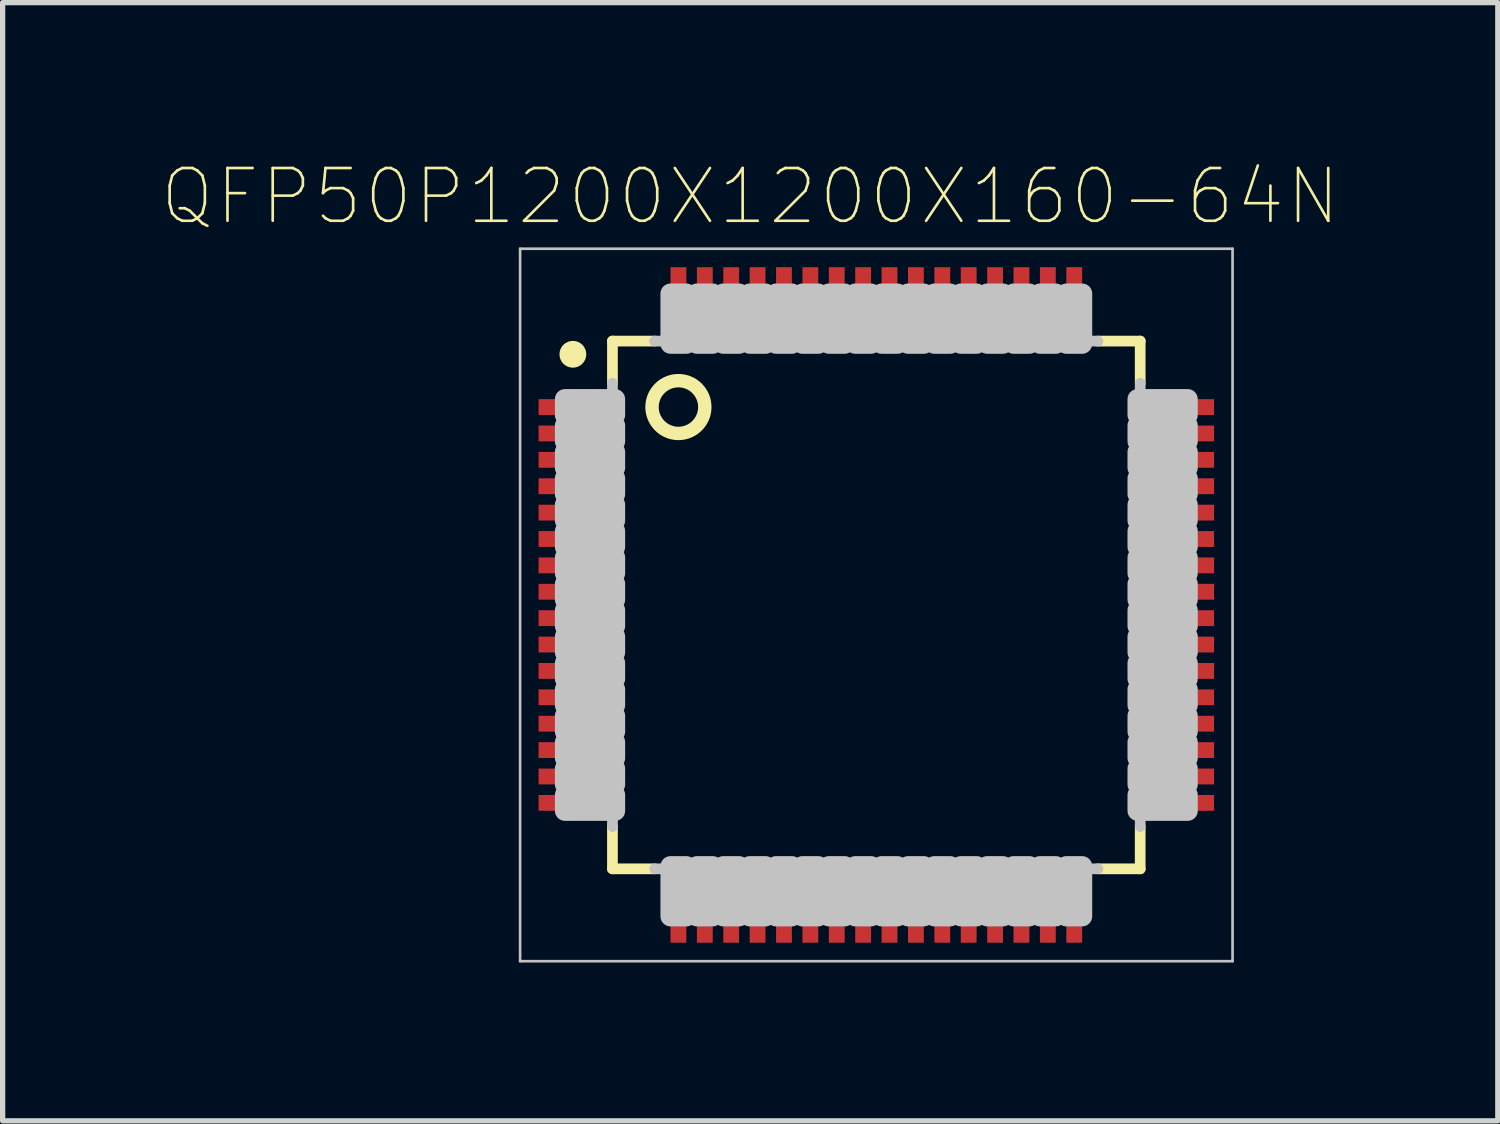
<source format=kicad_pcb>
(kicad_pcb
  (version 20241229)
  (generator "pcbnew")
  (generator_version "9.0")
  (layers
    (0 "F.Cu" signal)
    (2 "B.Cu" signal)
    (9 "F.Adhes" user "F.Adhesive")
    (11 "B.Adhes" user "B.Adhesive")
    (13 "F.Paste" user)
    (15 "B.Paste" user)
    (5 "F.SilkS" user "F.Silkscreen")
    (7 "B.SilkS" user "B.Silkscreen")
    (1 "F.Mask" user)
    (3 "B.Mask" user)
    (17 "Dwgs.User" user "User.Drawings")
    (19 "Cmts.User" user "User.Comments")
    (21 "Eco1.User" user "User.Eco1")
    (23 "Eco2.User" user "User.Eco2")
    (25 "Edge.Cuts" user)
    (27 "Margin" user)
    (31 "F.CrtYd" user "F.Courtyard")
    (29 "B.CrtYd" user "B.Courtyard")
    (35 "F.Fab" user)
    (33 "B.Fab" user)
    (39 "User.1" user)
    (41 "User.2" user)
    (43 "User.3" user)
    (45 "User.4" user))
  (footprint "QFP50P1200X1200X160-64N"
    (layer "F.Cu")
    (at 13.555 8.413)
    (property "Reference" "QFP50P1200X1200X160-64N" (at -2.39 -7.74 0) (layer "F.SilkS") (effects (font (size 1 1) (thickness 0.05))))
    (attr smd)
    (fp_line (start -5 -5) (end -4.2 -5) (stroke (width 0.203) (type solid)) (layer "F.SilkS"))
    (fp_line (start -5 -4.2) (end -5 -5) (stroke (width 0.203) (type solid)) (layer "F.SilkS"))
    (fp_line (start -5 5) (end -5 4.2) (stroke (width 0.203) (type solid)) (layer "F.SilkS"))
    (fp_line (start -4.2 5) (end -5 5) (stroke (width 0.203) (type solid)) (layer "F.SilkS"))
    (fp_line (start 4.2 -5) (end 5 -5) (stroke (width 0.203) (type solid)) (layer "F.SilkS"))
    (fp_line (start 5 -5) (end 5 -4.2) (stroke (width 0.203) (type solid)) (layer "F.SilkS"))
    (fp_line (start 5 4.2) (end 5 5) (stroke (width 0.203) (type solid)) (layer "F.SilkS"))
    (fp_line (start 5 5) (end 4.2 5) (stroke (width 0.203) (type solid)) (layer "F.SilkS"))
    (fp_circle (center -5.75 -4.75) (end -5.496 -4.75) (stroke (width 0) (type solid)) (fill yes) (layer "F.SilkS"))
    (fp_circle (center -3.75 -3.75) (end -3.25 -3.75) (stroke (width 0.254) (type solid)) (fill no) (layer "F.SilkS"))
    (fp_line (start -6.75 -6.75) (end 6.75 -6.75) (stroke (width 0.05) (type solid)) (layer "Dwgs.User"))
    (fp_line (start -6.75 6.75) (end -6.75 -6.75) (stroke (width 0.05) (type solid)) (layer "Dwgs.User"))
    (fp_line (start -5 -4.2) (end -5 4.2) (stroke (width 0.203) (type solid)) (layer "Dwgs.User"))
    (fp_line (start -4.2 5) (end 4.2 5) (stroke (width 0.203) (type solid)) (layer "Dwgs.User"))
    (fp_line (start 4.2 -5) (end -4.2 -5) (stroke (width 0.203) (type solid)) (layer "Dwgs.User"))
    (fp_line (start 5 4.2) (end 5 -4.2) (stroke (width 0.203) (type solid)) (layer "Dwgs.User"))
    (fp_line (start 6.75 -6.75) (end 6.75 6.75) (stroke (width 0.05) (type solid)) (layer "Dwgs.User"))
    (fp_line (start 6.75 6.75) (end -6.75 6.75) (stroke (width 0.05) (type solid)) (layer "Dwgs.User"))
    (fp_poly (pts (xy -4.95 -3.9) (xy -4.95 -3.6) (xy -5.9 -3.6) (xy -5.9 -3.9)) (stroke (width 0.381) (type solid)) (fill no) (layer "Dwgs.User"))
    (fp_poly (pts (xy -4.95 -3.4) (xy -4.95 -3.1) (xy -5.9 -3.1) (xy -5.9 -3.4)) (stroke (width 0.381) (type solid)) (fill no) (layer "Dwgs.User"))
    (fp_poly (pts (xy -4.95 -2.9) (xy -4.95 -2.6) (xy -5.9 -2.6) (xy -5.9 -2.9)) (stroke (width 0.381) (type solid)) (fill no) (layer "Dwgs.User"))
    (fp_poly (pts (xy -4.95 -2.4) (xy -4.95 -2.1) (xy -5.9 -2.1) (xy -5.9 -2.4)) (stroke (width 0.381) (type solid)) (fill no) (layer "Dwgs.User"))
    (fp_poly (pts (xy -4.95 -1.9) (xy -4.95 -1.6) (xy -5.9 -1.6) (xy -5.9 -1.9)) (stroke (width 0.381) (type solid)) (fill no) (layer "Dwgs.User"))
    (fp_poly (pts (xy -4.95 -1.4) (xy -4.95 -1.1) (xy -5.9 -1.1) (xy -5.9 -1.4)) (stroke (width 0.381) (type solid)) (fill no) (layer "Dwgs.User"))
    (fp_poly (pts (xy -4.95 -0.9) (xy -4.95 -0.6) (xy -5.9 -0.6) (xy -5.9 -0.9)) (stroke (width 0.381) (type solid)) (fill no) (layer "Dwgs.User"))
    (fp_poly (pts (xy -4.95 -0.4) (xy -4.95 -0.1) (xy -5.9 -0.1) (xy -5.9 -0.4)) (stroke (width 0.381) (type solid)) (fill no) (layer "Dwgs.User"))
    (fp_poly (pts (xy -4.95 0.1) (xy -4.95 0.4) (xy -5.9 0.4) (xy -5.9 0.1)) (stroke (width 0.381) (type solid)) (fill no) (layer "Dwgs.User"))
    (fp_poly (pts (xy -4.95 0.6) (xy -4.95 0.9) (xy -5.9 0.9) (xy -5.9 0.6)) (stroke (width 0.381) (type solid)) (fill no) (layer "Dwgs.User"))
    (fp_poly (pts (xy -4.95 1.1) (xy -4.95 1.4) (xy -5.9 1.4) (xy -5.9 1.1)) (stroke (width 0.381) (type solid)) (fill no) (layer "Dwgs.User"))
    (fp_poly (pts (xy -4.95 1.6) (xy -4.95 1.9) (xy -5.9 1.9) (xy -5.9 1.6)) (stroke (width 0.381) (type solid)) (fill no) (layer "Dwgs.User"))
    (fp_poly (pts (xy -4.95 2.1) (xy -4.95 2.4) (xy -5.9 2.4) (xy -5.9 2.1)) (stroke (width 0.381) (type solid)) (fill no) (layer "Dwgs.User"))
    (fp_poly (pts (xy -4.95 2.6) (xy -4.95 2.9) (xy -5.9 2.9) (xy -5.9 2.6)) (stroke (width 0.381) (type solid)) (fill no) (layer "Dwgs.User"))
    (fp_poly (pts (xy -4.95 3.1) (xy -4.95 3.4) (xy -5.9 3.4) (xy -5.9 3.1)) (stroke (width 0.381) (type solid)) (fill no) (layer "Dwgs.User"))
    (fp_poly (pts (xy -4.95 3.6) (xy -4.95 3.9) (xy -5.9 3.9) (xy -5.9 3.6)) (stroke (width 0.381) (type solid)) (fill no) (layer "Dwgs.User"))
    (fp_poly (pts (xy -3.6 -5.9) (xy -3.6 -4.95) (xy -3.9 -4.95) (xy -3.9 -5.9)) (stroke (width 0.381) (type solid)) (fill no) (layer "Dwgs.User"))
    (fp_poly (pts (xy -3.6 4.95) (xy -3.6 5.9) (xy -3.9 5.9) (xy -3.9 4.95)) (stroke (width 0.381) (type solid)) (fill no) (layer "Dwgs.User"))
    (fp_poly (pts (xy -3.1 -5.9) (xy -3.1 -4.95) (xy -3.4 -4.95) (xy -3.4 -5.9)) (stroke (width 0.381) (type solid)) (fill no) (layer "Dwgs.User"))
    (fp_poly (pts (xy -3.1 4.95) (xy -3.1 5.9) (xy -3.4 5.9) (xy -3.4 4.95)) (stroke (width 0.381) (type solid)) (fill no) (layer "Dwgs.User"))
    (fp_poly (pts (xy -2.6 -5.9) (xy -2.6 -4.95) (xy -2.9 -4.95) (xy -2.9 -5.9)) (stroke (width 0.381) (type solid)) (fill no) (layer "Dwgs.User"))
    (fp_poly (pts (xy -2.6 4.95) (xy -2.6 5.9) (xy -2.9 5.9) (xy -2.9 4.95)) (stroke (width 0.381) (type solid)) (fill no) (layer "Dwgs.User"))
    (fp_poly (pts (xy -2.1 -5.9) (xy -2.1 -4.95) (xy -2.4 -4.95) (xy -2.4 -5.9)) (stroke (width 0.381) (type solid)) (fill no) (layer "Dwgs.User"))
    (fp_poly (pts (xy -2.1 4.95) (xy -2.1 5.9) (xy -2.4 5.9) (xy -2.4 4.95)) (stroke (width 0.381) (type solid)) (fill no) (layer "Dwgs.User"))
    (fp_poly (pts (xy -1.6 -5.9) (xy -1.6 -4.95) (xy -1.9 -4.95) (xy -1.9 -5.9)) (stroke (width 0.381) (type solid)) (fill no) (layer "Dwgs.User"))
    (fp_poly (pts (xy -1.6 4.95) (xy -1.6 5.9) (xy -1.9 5.9) (xy -1.9 4.95)) (stroke (width 0.381) (type solid)) (fill no) (layer "Dwgs.User"))
    (fp_poly (pts (xy -1.1 -5.9) (xy -1.1 -4.95) (xy -1.4 -4.95) (xy -1.4 -5.9)) (stroke (width 0.381) (type solid)) (fill no) (layer "Dwgs.User"))
    (fp_poly (pts (xy -1.1 4.95) (xy -1.1 5.9) (xy -1.4 5.9) (xy -1.4 4.95)) (stroke (width 0.381) (type solid)) (fill no) (layer "Dwgs.User"))
    (fp_poly (pts (xy -0.6 -5.9) (xy -0.6 -4.95) (xy -0.9 -4.95) (xy -0.9 -5.9)) (stroke (width 0.381) (type solid)) (fill no) (layer "Dwgs.User"))
    (fp_poly (pts (xy -0.6 4.95) (xy -0.6 5.9) (xy -0.9 5.9) (xy -0.9 4.95)) (stroke (width 0.381) (type solid)) (fill no) (layer "Dwgs.User"))
    (fp_poly (pts (xy -0.1 -5.9) (xy -0.1 -4.95) (xy -0.4 -4.95) (xy -0.4 -5.9)) (stroke (width 0.381) (type solid)) (fill no) (layer "Dwgs.User"))
    (fp_poly (pts (xy -0.1 4.95) (xy -0.1 5.9) (xy -0.4 5.9) (xy -0.4 4.95)) (stroke (width 0.381) (type solid)) (fill no) (layer "Dwgs.User"))
    (fp_poly (pts (xy 0.4 -5.9) (xy 0.4 -4.95) (xy 0.1 -4.95) (xy 0.1 -5.9)) (stroke (width 0.381) (type solid)) (fill no) (layer "Dwgs.User"))
    (fp_poly (pts (xy 0.4 4.95) (xy 0.4 5.9) (xy 0.1 5.9) (xy 0.1 4.95)) (stroke (width 0.381) (type solid)) (fill no) (layer "Dwgs.User"))
    (fp_poly (pts (xy 0.9 -5.9) (xy 0.9 -4.95) (xy 0.6 -4.95) (xy 0.6 -5.9)) (stroke (width 0.381) (type solid)) (fill no) (layer "Dwgs.User"))
    (fp_poly (pts (xy 0.9 4.95) (xy 0.9 5.9) (xy 0.6 5.9) (xy 0.6 4.95)) (stroke (width 0.381) (type solid)) (fill no) (layer "Dwgs.User"))
    (fp_poly (pts (xy 1.4 -5.9) (xy 1.4 -4.95) (xy 1.1 -4.95) (xy 1.1 -5.9)) (stroke (width 0.381) (type solid)) (fill no) (layer "Dwgs.User"))
    (fp_poly (pts (xy 1.4 4.95) (xy 1.4 5.9) (xy 1.1 5.9) (xy 1.1 4.95)) (stroke (width 0.381) (type solid)) (fill no) (layer "Dwgs.User"))
    (fp_poly (pts (xy 1.9 -5.9) (xy 1.9 -4.95) (xy 1.6 -4.95) (xy 1.6 -5.9)) (stroke (width 0.381) (type solid)) (fill no) (layer "Dwgs.User"))
    (fp_poly (pts (xy 1.9 4.95) (xy 1.9 5.9) (xy 1.6 5.9) (xy 1.6 4.95)) (stroke (width 0.381) (type solid)) (fill no) (layer "Dwgs.User"))
    (fp_poly (pts (xy 2.4 -5.9) (xy 2.4 -4.95) (xy 2.1 -4.95) (xy 2.1 -5.9)) (stroke (width 0.381) (type solid)) (fill no) (layer "Dwgs.User"))
    (fp_poly (pts (xy 2.4 4.95) (xy 2.4 5.9) (xy 2.1 5.9) (xy 2.1 4.95)) (stroke (width 0.381) (type solid)) (fill no) (layer "Dwgs.User"))
    (fp_poly (pts (xy 2.9 -5.9) (xy 2.9 -4.95) (xy 2.6 -4.95) (xy 2.6 -5.9)) (stroke (width 0.381) (type solid)) (fill no) (layer "Dwgs.User"))
    (fp_poly (pts (xy 2.9 4.95) (xy 2.9 5.9) (xy 2.6 5.9) (xy 2.6 4.95)) (stroke (width 0.381) (type solid)) (fill no) (layer "Dwgs.User"))
    (fp_poly (pts (xy 3.4 -5.9) (xy 3.4 -4.95) (xy 3.1 -4.95) (xy 3.1 -5.9)) (stroke (width 0.381) (type solid)) (fill no) (layer "Dwgs.User"))
    (fp_poly (pts (xy 3.4 4.95) (xy 3.4 5.9) (xy 3.1 5.9) (xy 3.1 4.95)) (stroke (width 0.381) (type solid)) (fill no) (layer "Dwgs.User"))
    (fp_poly (pts (xy 3.9 -5.9) (xy 3.9 -4.95) (xy 3.6 -4.95) (xy 3.6 -5.9)) (stroke (width 0.381) (type solid)) (fill no) (layer "Dwgs.User"))
    (fp_poly (pts (xy 3.9 4.95) (xy 3.9 5.9) (xy 3.6 5.9) (xy 3.6 4.95)) (stroke (width 0.381) (type solid)) (fill no) (layer "Dwgs.User"))
    (fp_poly (pts (xy 5.9 -3.9) (xy 5.9 -3.6) (xy 4.95 -3.6) (xy 4.95 -3.9)) (stroke (width 0.381) (type solid)) (fill no) (layer "Dwgs.User"))
    (fp_poly (pts (xy 5.9 -3.4) (xy 5.9 -3.1) (xy 4.95 -3.1) (xy 4.95 -3.4)) (stroke (width 0.381) (type solid)) (fill no) (layer "Dwgs.User"))
    (fp_poly (pts (xy 5.9 -2.9) (xy 5.9 -2.6) (xy 4.95 -2.6) (xy 4.95 -2.9)) (stroke (width 0.381) (type solid)) (fill no) (layer "Dwgs.User"))
    (fp_poly (pts (xy 5.9 -2.4) (xy 5.9 -2.1) (xy 4.95 -2.1) (xy 4.95 -2.4)) (stroke (width 0.381) (type solid)) (fill no) (layer "Dwgs.User"))
    (fp_poly (pts (xy 5.9 -1.9) (xy 5.9 -1.6) (xy 4.95 -1.6) (xy 4.95 -1.9)) (stroke (width 0.381) (type solid)) (fill no) (layer "Dwgs.User"))
    (fp_poly (pts (xy 5.9 -1.4) (xy 5.9 -1.1) (xy 4.95 -1.1) (xy 4.95 -1.4)) (stroke (width 0.381) (type solid)) (fill no) (layer "Dwgs.User"))
    (fp_poly (pts (xy 5.9 -0.9) (xy 5.9 -0.6) (xy 4.95 -0.6) (xy 4.95 -0.9)) (stroke (width 0.381) (type solid)) (fill no) (layer "Dwgs.User"))
    (fp_poly (pts (xy 5.9 -0.4) (xy 5.9 -0.1) (xy 4.95 -0.1) (xy 4.95 -0.4)) (stroke (width 0.381) (type solid)) (fill no) (layer "Dwgs.User"))
    (fp_poly (pts (xy 5.9 0.1) (xy 5.9 0.4) (xy 4.95 0.4) (xy 4.95 0.1)) (stroke (width 0.381) (type solid)) (fill no) (layer "Dwgs.User"))
    (fp_poly (pts (xy 5.9 0.6) (xy 5.9 0.9) (xy 4.95 0.9) (xy 4.95 0.6)) (stroke (width 0.381) (type solid)) (fill no) (layer "Dwgs.User"))
    (fp_poly (pts (xy 5.9 1.1) (xy 5.9 1.4) (xy 4.95 1.4) (xy 4.95 1.1)) (stroke (width 0.381) (type solid)) (fill no) (layer "Dwgs.User"))
    (fp_poly (pts (xy 5.9 1.6) (xy 5.9 1.9) (xy 4.95 1.9) (xy 4.95 1.6)) (stroke (width 0.381) (type solid)) (fill no) (layer "Dwgs.User"))
    (fp_poly (pts (xy 5.9 2.1) (xy 5.9 2.4) (xy 4.95 2.4) (xy 4.95 2.1)) (stroke (width 0.381) (type solid)) (fill no) (layer "Dwgs.User"))
    (fp_poly (pts (xy 5.9 2.6) (xy 5.9 2.9) (xy 4.95 2.9) (xy 4.95 2.6)) (stroke (width 0.381) (type solid)) (fill no) (layer "Dwgs.User"))
    (fp_poly (pts (xy 5.9 3.1) (xy 5.9 3.4) (xy 4.95 3.4) (xy 4.95 3.1)) (stroke (width 0.381) (type solid)) (fill no) (layer "Dwgs.User"))
    (fp_poly (pts (xy 5.9 3.6) (xy 5.9 3.9) (xy 4.95 3.9) (xy 4.95 3.6)) (stroke (width 0.381) (type solid)) (fill no) (layer "Dwgs.User"))
    (pad "1" smd rect (at -5.6 -3.75 270) (size 0.3 1.6) (layers "F.Cu" "F.Mask" "F.Paste"))
    (pad "2" smd rect (at -5.6 -3.25 270) (size 0.3 1.6) (layers "F.Cu" "F.Mask" "F.Paste"))
    (pad "3" smd rect (at -5.6 -2.75 270) (size 0.3 1.6) (layers "F.Cu" "F.Mask" "F.Paste"))
    (pad "4" smd rect (at -5.6 -2.25 270) (size 0.3 1.6) (layers "F.Cu" "F.Mask" "F.Paste"))
    (pad "5" smd rect (at -5.6 -1.75 270) (size 0.3 1.6) (layers "F.Cu" "F.Mask" "F.Paste"))
    (pad "6" smd rect (at -5.6 -1.25 270) (size 0.3 1.6) (layers "F.Cu" "F.Mask" "F.Paste"))
    (pad "7" smd rect (at -5.6 -0.75 270) (size 0.3 1.6) (layers "F.Cu" "F.Mask" "F.Paste"))
    (pad "8" smd rect (at -5.6 -0.25 270) (size 0.3 1.6) (layers "F.Cu" "F.Mask" "F.Paste"))
    (pad "9" smd rect (at -5.6 0.25 270) (size 0.3 1.6) (layers "F.Cu" "F.Mask" "F.Paste"))
    (pad "10" smd rect (at -5.6 0.75 270) (size 0.3 1.6) (layers "F.Cu" "F.Mask" "F.Paste"))
    (pad "11" smd rect (at -5.6 1.25 270) (size 0.3 1.6) (layers "F.Cu" "F.Mask" "F.Paste"))
    (pad "12" smd rect (at -5.6 1.75 270) (size 0.3 1.6) (layers "F.Cu" "F.Mask" "F.Paste"))
    (pad "13" smd rect (at -5.6 2.25 270) (size 0.3 1.6) (layers "F.Cu" "F.Mask" "F.Paste"))
    (pad "14" smd rect (at -5.6 2.75 270) (size 0.3 1.6) (layers "F.Cu" "F.Mask" "F.Paste"))
    (pad "15" smd rect (at -5.6 3.25 270) (size 0.3 1.6) (layers "F.Cu" "F.Mask" "F.Paste"))
    (pad "16" smd rect (at -5.6 3.75 270) (size 0.3 1.6) (layers "F.Cu" "F.Mask" "F.Paste"))
    (pad "17" smd rect (at -3.75 5.6 270) (size 1.6 0.3) (layers "F.Cu" "F.Mask" "F.Paste"))
    (pad "18" smd rect (at -3.25 5.6 270) (size 1.6 0.3) (layers "F.Cu" "F.Mask" "F.Paste"))
    (pad "19" smd rect (at -2.75 5.6 270) (size 1.6 0.3) (layers "F.Cu" "F.Mask" "F.Paste"))
    (pad "20" smd rect (at -2.25 5.6 270) (size 1.6 0.3) (layers "F.Cu" "F.Mask" "F.Paste"))
    (pad "21" smd rect (at -1.75 5.6 270) (size 1.6 0.3) (layers "F.Cu" "F.Mask" "F.Paste"))
    (pad "22" smd rect (at -1.25 5.6 270) (size 1.6 0.3) (layers "F.Cu" "F.Mask" "F.Paste"))
    (pad "23" smd rect (at -0.75 5.6 270) (size 1.6 0.3) (layers "F.Cu" "F.Mask" "F.Paste"))
    (pad "24" smd rect (at -0.25 5.6 270) (size 1.6 0.3) (layers "F.Cu" "F.Mask" "F.Paste"))
    (pad "25" smd rect (at 0.25 5.6 270) (size 1.6 0.3) (layers "F.Cu" "F.Mask" "F.Paste"))
    (pad "26" smd rect (at 0.75 5.6 270) (size 1.6 0.3) (layers "F.Cu" "F.Mask" "F.Paste"))
    (pad "27" smd rect (at 1.25 5.6 270) (size 1.6 0.3) (layers "F.Cu" "F.Mask" "F.Paste"))
    (pad "28" smd rect (at 1.75 5.6 270) (size 1.6 0.3) (layers "F.Cu" "F.Mask" "F.Paste"))
    (pad "29" smd rect (at 2.25 5.6 270) (size 1.6 0.3) (layers "F.Cu" "F.Mask" "F.Paste"))
    (pad "30" smd rect (at 2.75 5.6 270) (size 1.6 0.3) (layers "F.Cu" "F.Mask" "F.Paste"))
    (pad "31" smd rect (at 3.25 5.6 270) (size 1.6 0.3) (layers "F.Cu" "F.Mask" "F.Paste"))
    (pad "32" smd rect (at 3.75 5.6 270) (size 1.6 0.3) (layers "F.Cu" "F.Mask" "F.Paste"))
    (pad "33" smd rect (at 5.6 3.75 270) (size 0.3 1.6) (layers "F.Cu" "F.Mask" "F.Paste"))
    (pad "34" smd rect (at 5.6 3.25 270) (size 0.3 1.6) (layers "F.Cu" "F.Mask" "F.Paste"))
    (pad "35" smd rect (at 5.6 2.75 270) (size 0.3 1.6) (layers "F.Cu" "F.Mask" "F.Paste"))
    (pad "36" smd rect (at 5.6 2.25 270) (size 0.3 1.6) (layers "F.Cu" "F.Mask" "F.Paste"))
    (pad "37" smd rect (at 5.6 1.75 270) (size 0.3 1.6) (layers "F.Cu" "F.Mask" "F.Paste"))
    (pad "38" smd rect (at 5.6 1.25 270) (size 0.3 1.6) (layers "F.Cu" "F.Mask" "F.Paste"))
    (pad "39" smd rect (at 5.6 0.75 270) (size 0.3 1.6) (layers "F.Cu" "F.Mask" "F.Paste"))
    (pad "40" smd rect (at 5.6 0.25 270) (size 0.3 1.6) (layers "F.Cu" "F.Mask" "F.Paste"))
    (pad "41" smd rect (at 5.6 -0.25 270) (size 0.3 1.6) (layers "F.Cu" "F.Mask" "F.Paste"))
    (pad "42" smd rect (at 5.6 -0.75 270) (size 0.3 1.6) (layers "F.Cu" "F.Mask" "F.Paste"))
    (pad "43" smd rect (at 5.6 -1.25 270) (size 0.3 1.6) (layers "F.Cu" "F.Mask" "F.Paste"))
    (pad "44" smd rect (at 5.6 -1.75 270) (size 0.3 1.6) (layers "F.Cu" "F.Mask" "F.Paste"))
    (pad "45" smd rect (at 5.6 -2.25 270) (size 0.3 1.6) (layers "F.Cu" "F.Mask" "F.Paste"))
    (pad "46" smd rect (at 5.6 -2.75 270) (size 0.3 1.6) (layers "F.Cu" "F.Mask" "F.Paste"))
    (pad "47" smd rect (at 5.6 -3.25 270) (size 0.3 1.6) (layers "F.Cu" "F.Mask" "F.Paste"))
    (pad "48" smd rect (at 5.6 -3.75 270) (size 0.3 1.6) (layers "F.Cu" "F.Mask" "F.Paste"))
    (pad "49" smd rect (at 3.75 -5.6 270) (size 1.6 0.3) (layers "F.Cu" "F.Mask" "F.Paste"))
    (pad "50" smd rect (at 3.25 -5.6 270) (size 1.6 0.3) (layers "F.Cu" "F.Mask" "F.Paste"))
    (pad "51" smd rect (at 2.75 -5.6 270) (size 1.6 0.3) (layers "F.Cu" "F.Mask" "F.Paste"))
    (pad "52" smd rect (at 2.25 -5.6 270) (size 1.6 0.3) (layers "F.Cu" "F.Mask" "F.Paste"))
    (pad "53" smd rect (at 1.75 -5.6 270) (size 1.6 0.3) (layers "F.Cu" "F.Mask" "F.Paste"))
    (pad "54" smd rect (at 1.25 -5.6 270) (size 1.6 0.3) (layers "F.Cu" "F.Mask" "F.Paste"))
    (pad "55" smd rect (at 0.75 -5.6 270) (size 1.6 0.3) (layers "F.Cu" "F.Mask" "F.Paste"))
    (pad "56" smd rect (at 0.25 -5.6 270) (size 1.6 0.3) (layers "F.Cu" "F.Mask" "F.Paste"))
    (pad "57" smd rect (at -0.25 -5.6 270) (size 1.6 0.3) (layers "F.Cu" "F.Mask" "F.Paste"))
    (pad "58" smd rect (at -0.75 -5.6 270) (size 1.6 0.3) (layers "F.Cu" "F.Mask" "F.Paste"))
    (pad "59" smd rect (at -1.25 -5.6 270) (size 1.6 0.3) (layers "F.Cu" "F.Mask" "F.Paste"))
    (pad "60" smd rect (at -1.75 -5.6 270) (size 1.6 0.3) (layers "F.Cu" "F.Mask" "F.Paste"))
    (pad "61" smd rect (at -2.25 -5.6 270) (size 1.6 0.3) (layers "F.Cu" "F.Mask" "F.Paste"))
    (pad "62" smd rect (at -2.75 -5.6 270) (size 1.6 0.3) (layers "F.Cu" "F.Mask" "F.Paste"))
    (pad "63" smd rect (at -3.25 -5.6 270) (size 1.6 0.3) (layers "F.Cu" "F.Mask" "F.Paste"))
    (pad "64" smd rect (at -3.75 -5.6 270) (size 1.6 0.3) (layers "F.Cu" "F.Mask" "F.Paste")))
  (gr_rect
    (start -3 -3)
    (end 25.331 18.188)
    (stroke (width 0.1) (type default))
    (fill no)
    (layer "Edge.Cuts")))
</source>
